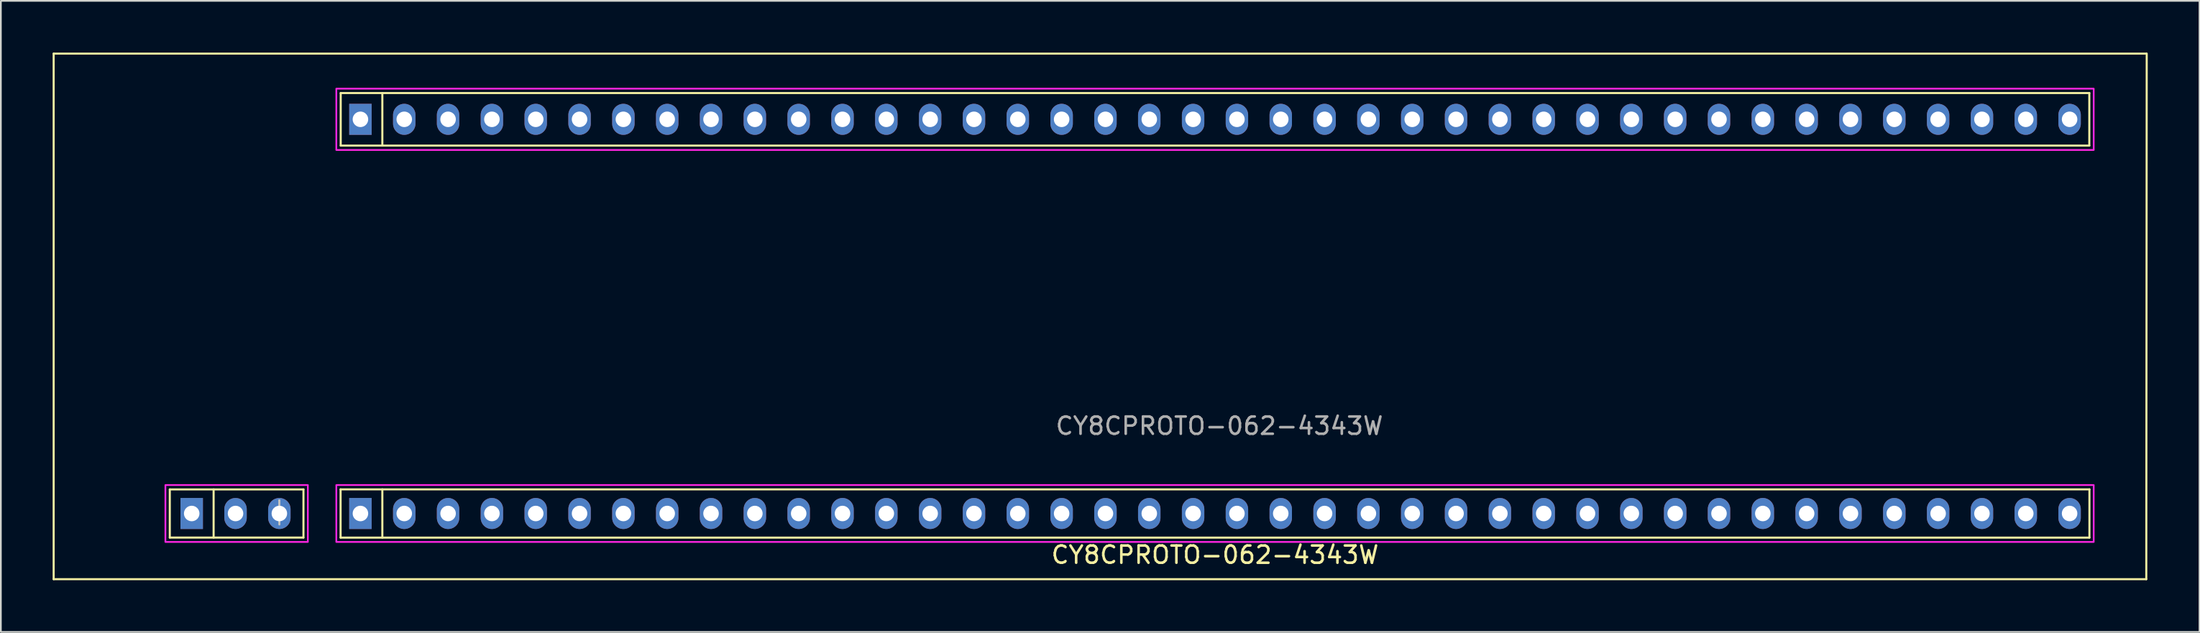
<source format=kicad_pcb>
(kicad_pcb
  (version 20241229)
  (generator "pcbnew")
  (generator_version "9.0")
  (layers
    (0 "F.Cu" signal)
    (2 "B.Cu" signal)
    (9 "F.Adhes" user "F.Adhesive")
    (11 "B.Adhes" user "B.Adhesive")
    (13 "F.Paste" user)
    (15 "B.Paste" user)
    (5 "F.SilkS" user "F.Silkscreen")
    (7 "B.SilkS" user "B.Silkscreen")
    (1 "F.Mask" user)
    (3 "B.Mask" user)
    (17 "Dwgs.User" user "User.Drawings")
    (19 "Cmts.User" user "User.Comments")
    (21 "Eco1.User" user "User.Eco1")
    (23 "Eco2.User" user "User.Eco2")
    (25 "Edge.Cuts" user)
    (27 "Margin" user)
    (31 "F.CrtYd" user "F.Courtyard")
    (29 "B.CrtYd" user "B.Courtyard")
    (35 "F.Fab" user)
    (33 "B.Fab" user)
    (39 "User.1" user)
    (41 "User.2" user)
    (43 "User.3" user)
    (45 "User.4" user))
  (footprint "CY8CPROTO-062-4343W"
    (layer "F.Cu")
    (at 67.37 26.73)
    (property "Reference" "CY8CPROTO-062-4343W" (at 0 2.4 0) (layer "F.SilkS") (effects (font (size 1 1) (thickness 0.15))))
    (property "Value" "CY8CPROTO-062-4343W" (at 0 -2.4 0) (layer "F.Fab") (hide yes) (effects (font (size 1 1) (thickness 0.15))))
    (attr through_hole)
    (fp_line (start -67.31 -26.67) (end 53.975 -26.67) (stroke (width 0.12) (type solid)) (layer "F.SilkS"))
    (fp_line (start -67.31 3.81) (end -67.31 -26.67) (stroke (width 0.12) (type solid)) (layer "F.SilkS"))
    (fp_line (start -60.579 -1.397) (end -52.832 -1.397) (stroke (width 0.12) (type solid)) (layer "F.SilkS"))
    (fp_line (start -60.579 1.397) (end -60.579 -1.397) (stroke (width 0.12) (type solid)) (layer "F.SilkS"))
    (fp_line (start -58.039 -1.397) (end -58.039 1.397) (stroke (width 0.12) (type solid)) (layer "F.SilkS"))
    (fp_line (start -52.832 -1.397) (end -52.832 1.397) (stroke (width 0.12) (type solid)) (layer "F.SilkS"))
    (fp_line (start -52.832 1.397) (end -60.579 1.397) (stroke (width 0.12) (type solid)) (layer "F.SilkS"))
    (fp_line (start -50.68 -1.4) (end 50.68 -1.4) (stroke (width 0.12) (type solid)) (layer "F.SilkS"))
    (fp_line (start -50.68 1.4) (end -50.68 -1.4) (stroke (width 0.12) (type solid)) (layer "F.SilkS"))
    (fp_line (start -50.673 -24.384) (end 50.673 -24.384) (stroke (width 0.12) (type solid)) (layer "F.SilkS"))
    (fp_line (start -50.673 -21.336) (end -50.673 -24.384) (stroke (width 0.12) (type solid)) (layer "F.SilkS"))
    (fp_line (start -48.26 -21.336) (end -48.26 -24.384) (stroke (width 0.12) (type solid)) (layer "F.SilkS"))
    (fp_line (start -48.26 -1.4) (end -48.26 1.4) (stroke (width 0.12) (type solid)) (layer "F.SilkS"))
    (fp_line (start 50.673 -24.384) (end 50.673 -21.336) (stroke (width 0.12) (type solid)) (layer "F.SilkS"))
    (fp_line (start 50.673 -21.336) (end -50.673 -21.336) (stroke (width 0.12) (type solid)) (layer "F.SilkS"))
    (fp_line (start 50.68 -1.4) (end 50.68 1.4) (stroke (width 0.12) (type solid)) (layer "F.SilkS"))
    (fp_line (start 50.68 1.4) (end -50.68 1.4) (stroke (width 0.12) (type solid)) (layer "F.SilkS"))
    (fp_line (start 53.975 3.81) (end -67.31 3.81) (stroke (width 0.12) (type solid)) (layer "F.SilkS"))
    (fp_line (start 54 -26.67) (end 53.975 3.81) (stroke (width 0.12) (type solid)) (layer "F.SilkS"))
    (fp_line (start -54.229 -0.762) (end -54.229 0.635) (stroke (width 0.12) (type solid)) (layer "Dwgs.User"))
    (fp_line (start -54.229 0) (end -54.229 -0.762) (stroke (width 0.12) (type solid)) (layer "Dwgs.User"))
    (fp_rect (start -60.833 -1.651) (end -52.578 1.651) (stroke (width 0.1) (type default)) (fill no) (layer "F.CrtYd"))
    (fp_rect (start -50.927 -24.638) (end 50.927 -21.082) (stroke (width 0.1) (type default)) (fill no) (layer "F.CrtYd"))
    (fp_rect (start -50.927 -1.651) (end 50.927 1.651) (stroke (width 0.1) (type default)) (fill no) (layer "F.CrtYd"))
    (fp_text user "${VALUE}" (at 0.254 -5.08 0) (layer "F.Fab") (effects (font (size 1 1) (thickness 0.15))))
    (pad "1" thru_hole rect (at -49.53 0) (size 1.3 1.8) (drill 0.9) (layers "*.Cu" "*.Mask"))
    (pad "2" thru_hole oval (at -46.99 0) (size 1.3 1.8) (drill 0.9) (layers "*.Cu" "*.Mask"))
    (pad "3" thru_hole oval (at -44.45 0) (size 1.3 1.8) (drill 0.9) (layers "*.Cu" "*.Mask"))
    (pad "4" thru_hole oval (at -41.91 0) (size 1.3 1.8) (drill 0.9) (layers "*.Cu" "*.Mask"))
    (pad "5" thru_hole oval (at -39.37 0) (size 1.3 1.8) (drill 0.9) (layers "*.Cu" "*.Mask"))
    (pad "6" thru_hole oval (at -36.83 0) (size 1.3 1.8) (drill 0.9) (layers "*.Cu" "*.Mask"))
    (pad "7" thru_hole oval (at -34.29 0) (size 1.3 1.8) (drill 0.9) (layers "*.Cu" "*.Mask"))
    (pad "8" thru_hole oval (at -31.75 0) (size 1.3 1.8) (drill 0.9) (layers "*.Cu" "*.Mask"))
    (pad "9" thru_hole oval (at -29.21 0) (size 1.3 1.8) (drill 0.9) (layers "*.Cu" "*.Mask"))
    (pad "10" thru_hole oval (at -26.67 0) (size 1.3 1.8) (drill 0.9) (layers "*.Cu" "*.Mask"))
    (pad "11" thru_hole oval (at -24.13 0) (size 1.3 1.8) (drill 0.9) (layers "*.Cu" "*.Mask"))
    (pad "12" thru_hole oval (at -21.59 0) (size 1.3 1.8) (drill 0.9) (layers "*.Cu" "*.Mask"))
    (pad "13" thru_hole oval (at -19.05 0) (size 1.3 1.8) (drill 0.9) (layers "*.Cu" "*.Mask"))
    (pad "14" thru_hole oval (at -16.51 0) (size 1.3 1.8) (drill 0.9) (layers "*.Cu" "*.Mask"))
    (pad "15" thru_hole oval (at -13.97 0) (size 1.3 1.8) (drill 0.9) (layers "*.Cu" "*.Mask"))
    (pad "16" thru_hole oval (at -11.43 0) (size 1.3 1.8) (drill 0.9) (layers "*.Cu" "*.Mask"))
    (pad "17" thru_hole oval (at -8.89 0) (size 1.3 1.8) (drill 0.9) (layers "*.Cu" "*.Mask"))
    (pad "18" thru_hole oval (at -6.35 0) (size 1.3 1.8) (drill 0.9) (layers "*.Cu" "*.Mask"))
    (pad "19" thru_hole oval (at -3.81 0) (size 1.3 1.8) (drill 0.9) (layers "*.Cu" "*.Mask"))
    (pad "20" thru_hole oval (at -1.27 0) (size 1.3 1.8) (drill 0.9) (layers "*.Cu" "*.Mask"))
    (pad "21" thru_hole oval (at 1.27 0) (size 1.3 1.8) (drill 0.9) (layers "*.Cu" "*.Mask"))
    (pad "22" thru_hole oval (at 3.81 0) (size 1.3 1.8) (drill 0.9) (layers "*.Cu" "*.Mask"))
    (pad "23" thru_hole oval (at 6.35 0) (size 1.3 1.8) (drill 0.9) (layers "*.Cu" "*.Mask"))
    (pad "24" thru_hole oval (at 8.89 0) (size 1.3 1.8) (drill 0.9) (layers "*.Cu" "*.Mask"))
    (pad "25" thru_hole oval (at 11.43 0) (size 1.3 1.8) (drill 0.9) (layers "*.Cu" "*.Mask"))
    (pad "26" thru_hole oval (at 13.97 0) (size 1.3 1.8) (drill 0.9) (layers "*.Cu" "*.Mask"))
    (pad "27" thru_hole oval (at 16.51 0) (size 1.3 1.8) (drill 0.9) (layers "*.Cu" "*.Mask"))
    (pad "28" thru_hole oval (at 19.05 0) (size 1.3 1.8) (drill 0.9) (layers "*.Cu" "*.Mask"))
    (pad "29" thru_hole oval (at 21.59 0) (size 1.3 1.8) (drill 0.9) (layers "*.Cu" "*.Mask"))
    (pad "30" thru_hole oval (at 24.13 0) (size 1.3 1.8) (drill 0.9) (layers "*.Cu" "*.Mask"))
    (pad "31" thru_hole oval (at 26.67 0) (size 1.3 1.8) (drill 0.9) (layers "*.Cu" "*.Mask"))
    (pad "32" thru_hole oval (at 29.21 0) (size 1.3 1.8) (drill 0.9) (layers "*.Cu" "*.Mask"))
    (pad "33" thru_hole oval (at 31.75 0) (size 1.3 1.8) (drill 0.9) (layers "*.Cu" "*.Mask"))
    (pad "34" thru_hole oval (at 34.29 0) (size 1.3 1.8) (drill 0.9) (layers "*.Cu" "*.Mask"))
    (pad "35" thru_hole oval (at 36.83 0) (size 1.3 1.8) (drill 0.9) (layers "*.Cu" "*.Mask"))
    (pad "36" thru_hole oval (at 39.37 0) (size 1.3 1.8) (drill 0.9) (layers "*.Cu" "*.Mask"))
    (pad "37" thru_hole oval (at 41.91 0) (size 1.3 1.8) (drill 0.9) (layers "*.Cu" "*.Mask"))
    (pad "38" thru_hole oval (at 44.45 0) (size 1.3 1.8) (drill 0.9) (layers "*.Cu" "*.Mask"))
    (pad "39" thru_hole oval (at 46.99 0) (size 1.3 1.8) (drill 0.9) (layers "*.Cu" "*.Mask"))
    (pad "40" thru_hole oval (at 49.53 0) (size 1.3 1.8) (drill 0.9) (layers "*.Cu" "*.Mask"))
    (pad "41" thru_hole rect (at -49.53 -22.86) (size 1.3 1.8) (drill 0.9) (layers "*.Cu" "*.Mask"))
    (pad "42" thru_hole oval (at -46.99 -22.86) (size 1.3 1.8) (drill 0.9) (layers "*.Cu" "*.Mask"))
    (pad "43" thru_hole oval (at -44.45 -22.86) (size 1.3 1.8) (drill 0.9) (layers "*.Cu" "*.Mask"))
    (pad "44" thru_hole oval (at -41.91 -22.86) (size 1.3 1.8) (drill 0.9) (layers "*.Cu" "*.Mask"))
    (pad "45" thru_hole oval (at -39.37 -22.86) (size 1.3 1.8) (drill 0.9) (layers "*.Cu" "*.Mask"))
    (pad "46" thru_hole oval (at -36.83 -22.86) (size 1.3 1.8) (drill 0.9) (layers "*.Cu" "*.Mask"))
    (pad "47" thru_hole oval (at -34.29 -22.86) (size 1.3 1.8) (drill 0.9) (layers "*.Cu" "*.Mask"))
    (pad "48" thru_hole oval (at -31.75 -22.86) (size 1.3 1.8) (drill 0.9) (layers "*.Cu" "*.Mask"))
    (pad "49" thru_hole oval (at -29.21 -22.86) (size 1.3 1.8) (drill 0.9) (layers "*.Cu" "*.Mask"))
    (pad "50" thru_hole oval (at -26.67 -22.86) (size 1.3 1.8) (drill 0.9) (layers "*.Cu" "*.Mask"))
    (pad "51" thru_hole oval (at -24.13 -22.86) (size 1.3 1.8) (drill 0.9) (layers "*.Cu" "*.Mask"))
    (pad "52" thru_hole oval (at -21.59 -22.86) (size 1.3 1.8) (drill 0.9) (layers "*.Cu" "*.Mask"))
    (pad "53" thru_hole oval (at -19.05 -22.86) (size 1.3 1.8) (drill 0.9) (layers "*.Cu" "*.Mask"))
    (pad "54" thru_hole oval (at -16.51 -22.86) (size 1.3 1.8) (drill 0.9) (layers "*.Cu" "*.Mask"))
    (pad "55" thru_hole oval (at -13.97 -22.86) (size 1.3 1.8) (drill 0.9) (layers "*.Cu" "*.Mask"))
    (pad "56" thru_hole oval (at -11.43 -22.86) (size 1.3 1.8) (drill 0.9) (layers "*.Cu" "*.Mask"))
    (pad "57" thru_hole oval (at -8.89 -22.86) (size 1.3 1.8) (drill 0.9) (layers "*.Cu" "*.Mask"))
    (pad "58" thru_hole oval (at -6.35 -22.86) (size 1.3 1.8) (drill 0.9) (layers "*.Cu" "*.Mask"))
    (pad "59" thru_hole oval (at -3.81 -22.86) (size 1.3 1.8) (drill 0.9) (layers "*.Cu" "*.Mask"))
    (pad "60" thru_hole oval (at -1.27 -22.86) (size 1.3 1.8) (drill 0.9) (layers "*.Cu" "*.Mask"))
    (pad "61" thru_hole oval (at 1.27 -22.86) (size 1.3 1.8) (drill 0.9) (layers "*.Cu" "*.Mask"))
    (pad "62" thru_hole oval (at 3.81 -22.86) (size 1.3 1.8) (drill 0.9) (layers "*.Cu" "*.Mask"))
    (pad "63" thru_hole oval (at 6.35 -22.86) (size 1.3 1.8) (drill 0.9) (layers "*.Cu" "*.Mask"))
    (pad "64" thru_hole oval (at 8.89 -22.86) (size 1.3 1.8) (drill 0.9) (layers "*.Cu" "*.Mask"))
    (pad "65" thru_hole oval (at 11.43 -22.86) (size 1.3 1.8) (drill 0.9) (layers "*.Cu" "*.Mask"))
    (pad "66" thru_hole oval (at 13.97 -22.86) (size 1.3 1.8) (drill 0.9) (layers "*.Cu" "*.Mask"))
    (pad "67" thru_hole oval (at 16.51 -22.86) (size 1.3 1.8) (drill 0.9) (layers "*.Cu" "*.Mask"))
    (pad "68" thru_hole oval (at 19.05 -22.86) (size 1.3 1.8) (drill 0.9) (layers "*.Cu" "*.Mask"))
    (pad "69" thru_hole oval (at 21.59 -22.86) (size 1.3 1.8) (drill 0.9) (layers "*.Cu" "*.Mask"))
    (pad "70" thru_hole oval (at 24.13 -22.86) (size 1.3 1.8) (drill 0.9) (layers "*.Cu" "*.Mask"))
    (pad "71" thru_hole oval (at 26.67 -22.86) (size 1.3 1.8) (drill 0.9) (layers "*.Cu" "*.Mask"))
    (pad "72" thru_hole oval (at 29.21 -22.86) (size 1.3 1.8) (drill 0.9) (layers "*.Cu" "*.Mask"))
    (pad "73" thru_hole oval (at 31.75 -22.86) (size 1.3 1.8) (drill 0.9) (layers "*.Cu" "*.Mask"))
    (pad "74" thru_hole oval (at 34.29 -22.86) (size 1.3 1.8) (drill 0.9) (layers "*.Cu" "*.Mask"))
    (pad "75" thru_hole oval (at 36.83 -22.86) (size 1.3 1.8) (drill 0.9) (layers "*.Cu" "*.Mask"))
    (pad "76" thru_hole oval (at 39.37 -22.86) (size 1.3 1.8) (drill 0.9) (layers "*.Cu" "*.Mask"))
    (pad "77" thru_hole oval (at 41.91 -22.86) (size 1.3 1.8) (drill 0.9) (layers "*.Cu" "*.Mask"))
    (pad "78" thru_hole oval (at 44.45 -22.86) (size 1.3 1.8) (drill 0.9) (layers "*.Cu" "*.Mask"))
    (pad "79" thru_hole oval (at 46.99 -22.86) (size 1.3 1.8) (drill 0.9) (layers "*.Cu" "*.Mask"))
    (pad "80" thru_hole oval (at 49.53 -22.86) (size 1.3 1.8) (drill 0.9) (layers "*.Cu" "*.Mask"))
    (pad "81" thru_hole rect (at -59.309 0) (size 1.3 1.8) (drill 0.9) (layers "*.Cu" "*.Mask"))
    (pad "82" thru_hole oval (at -56.769 0) (size 1.3 1.8) (drill 0.9) (layers "*.Cu" "*.Mask"))
    (pad "83" thru_hole oval (at -54.229 0) (size 1.3 1.8) (drill 0.9) (layers "*.Cu" "*.Mask")))
  (gr_rect
    (start -3 -3)
    (end 124.43 33.6)
    (stroke (width 0.1) (type default))
    (fill no)
    (layer "Edge.Cuts")))
</source>
